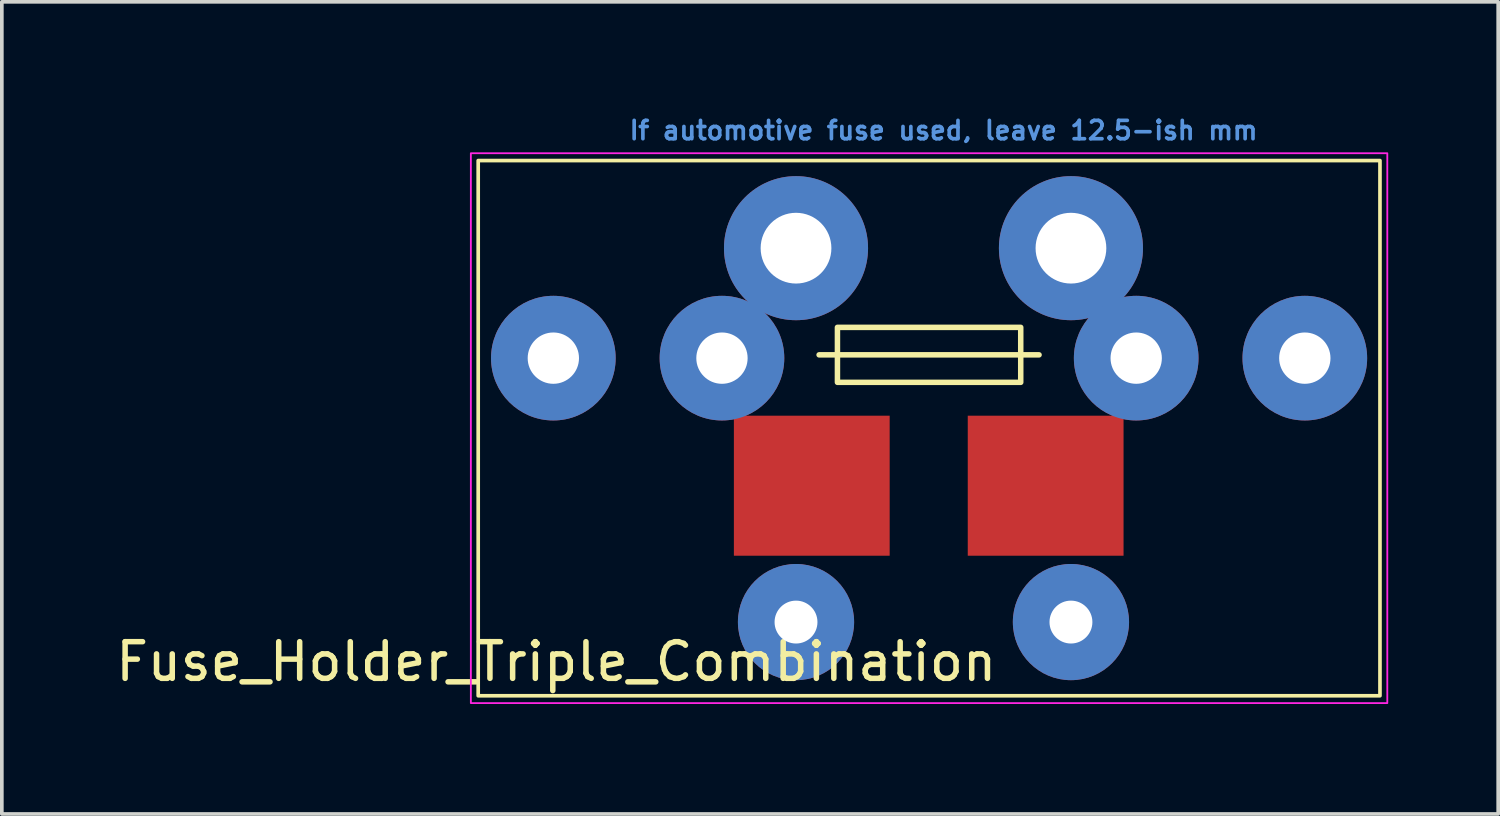
<source format=kicad_pcb>
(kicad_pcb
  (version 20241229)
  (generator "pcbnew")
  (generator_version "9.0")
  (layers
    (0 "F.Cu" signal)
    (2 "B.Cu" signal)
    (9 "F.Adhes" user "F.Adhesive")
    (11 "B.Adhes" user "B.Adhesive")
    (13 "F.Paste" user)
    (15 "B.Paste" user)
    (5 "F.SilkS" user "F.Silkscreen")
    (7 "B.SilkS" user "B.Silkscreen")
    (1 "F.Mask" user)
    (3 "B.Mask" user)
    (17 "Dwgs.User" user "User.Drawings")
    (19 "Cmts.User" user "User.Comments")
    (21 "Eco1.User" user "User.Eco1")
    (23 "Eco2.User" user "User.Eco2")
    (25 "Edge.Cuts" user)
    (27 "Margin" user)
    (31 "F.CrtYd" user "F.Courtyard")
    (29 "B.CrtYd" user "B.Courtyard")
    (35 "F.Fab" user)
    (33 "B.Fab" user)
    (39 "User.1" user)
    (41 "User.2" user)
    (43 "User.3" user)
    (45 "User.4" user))
  (footprint "Fuse_Holder_Triple_Combination"
    (layer "F.Cu")
    (at 22.295 8.63)
    (property "Reference" "Fuse_Holder_Triple_Combination" (at -10.17 6.37 0) (unlocked yes) (layer "F.SilkS") (effects (font (size 1 1) (thickness 0.15))))
    (fp_line (start -3 -2) (end 3 -2) (stroke (width 0.15) (type solid)) (layer "F.SilkS"))
    (fp_rect (start -12.3 -7.3) (end 12.3 7.3) (stroke (width 0.1) (type default)) (fill no) (layer "F.SilkS"))
    (fp_rect (start -2.5 -2.75) (end 2.5 -1.25) (stroke (width 0.15) (type solid)) (fill no) (layer "F.SilkS"))
    (fp_rect (start -12.5 -7.5) (end 12.5 7.5) (stroke (width 0.05) (type solid)) (fill no) (layer "F.CrtYd"))
    (fp_text user "If automotive fuse used, leave 12.5-ish mm" (at -8.23 -7.83 0) (unlocked yes) (layer "Cmts.User") (effects (font (size 0.5 0.5) (thickness 0.1) (bold yes)) (justify left bottom)))
    (pad "1" thru_hole circle (at -10.25 -1.91) (size 3.4 3.4) (drill 1.4) (layers "*.Cu" "*.Mask"))
    (pad "1" thru_hole circle (at -5.65 -1.91) (size 3.4 3.4) (drill 1.4) (layers "*.Cu" "*.Mask"))
    (pad "1" thru_hole circle (at -3.63 -4.91) (size 3.93 3.93) (drill 1.93) (layers "*.Cu" "*.Mask"))
    (pad "1" thru_hole circle (at -3.63 5.29) (size 3.17 3.17) (drill 1.17) (layers "*.Cu" "*.Mask"))
    (pad "1" smd rect (at -3.2 1.57) (size 4.25 3.82) (layers "F.Cu" "F.Mask" "F.Paste"))
    (pad "2" smd rect (at 3.18 1.57) (size 4.25 3.82) (layers "F.Cu" "F.Mask" "F.Paste"))
    (pad "2" thru_hole circle (at 3.87 -4.91) (size 3.93 3.93) (drill 1.93) (layers "*.Cu" "*.Mask"))
    (pad "2" thru_hole circle (at 3.87 5.29) (size 3.17 3.17) (drill 1.17) (layers "*.Cu" "*.Mask"))
    (pad "2" thru_hole circle (at 5.65 -1.91) (size 3.4 3.4) (drill 1.4) (layers "*.Cu" "*.Mask"))
    (pad "2" thru_hole circle (at 10.25 -1.91) (size 3.4 3.4) (drill 1.4) (layers "*.Cu" "*.Mask")))
  (gr_rect
    (start -3 -3)
    (end 37.82 19.155)
    (stroke (width 0.1) (type default))
    (fill no)
    (layer "Edge.Cuts")))
</source>
